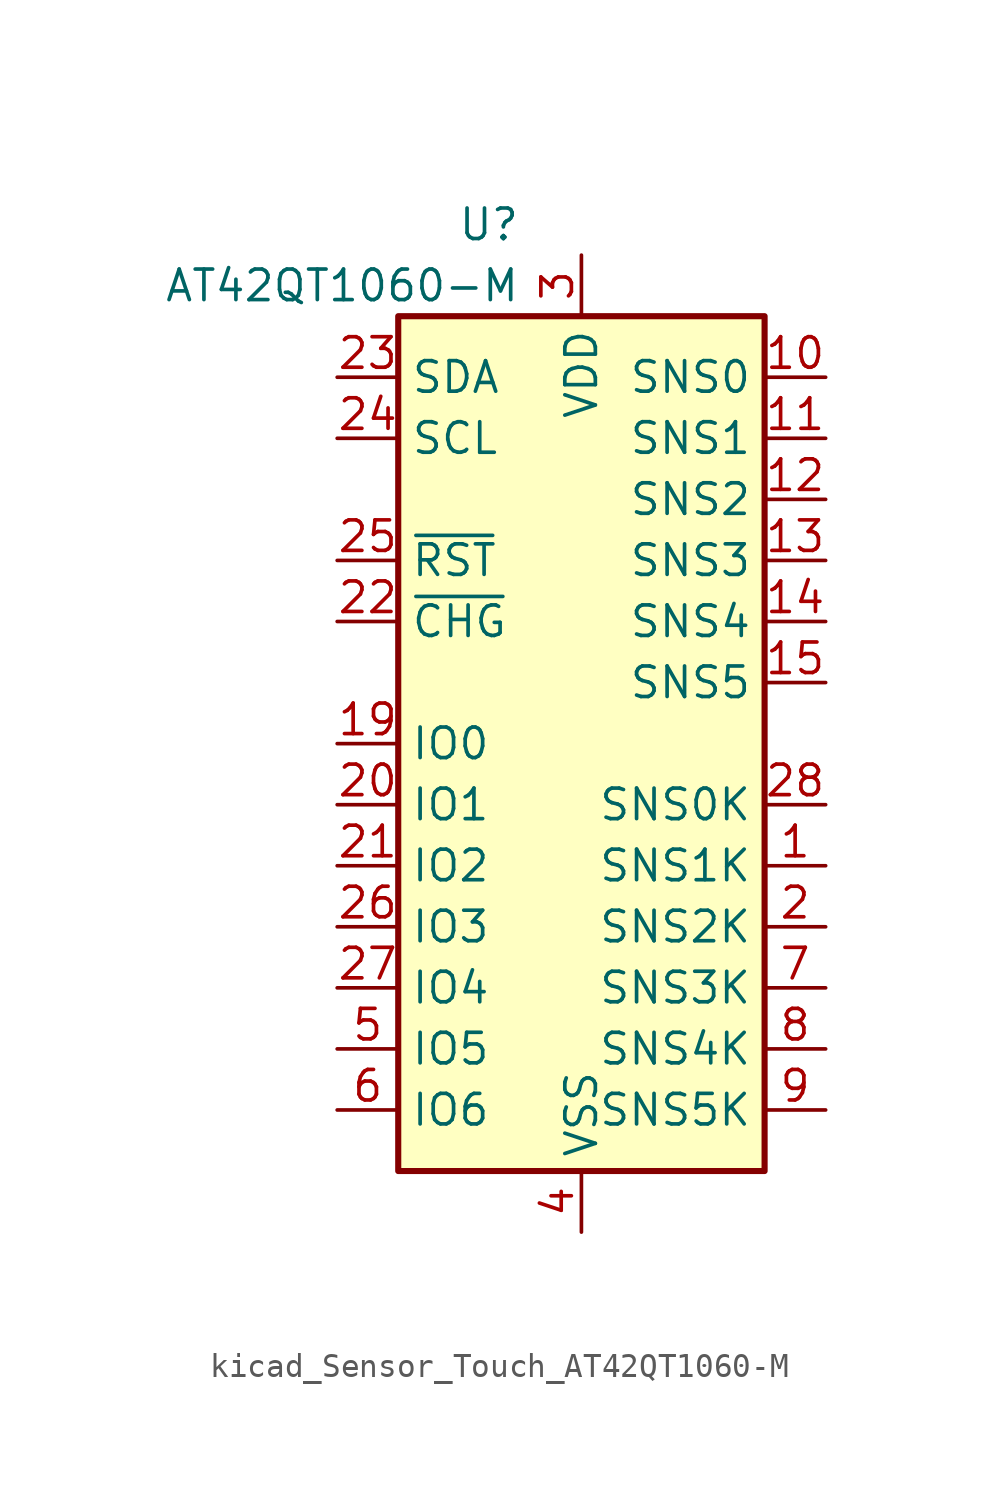
<source format=kicad_sym>
(kicad_symbol_lib
  (version 20220914)
  (generator kicad_symbol_editor)
  (symbol "kicad_Sensor_Touch_AT42QT1060-M"
    (property "Reference" "U"
      (at -2.54 21.59 0)
      (effects (font (size 1.27 1.27)) (justify right)))
    (property "Value" "AT42QT1060-M"
      (at -2.54 19.05 0)
      (effects (font (size 1.27 1.27)) (justify right)))
    (symbol "kicad_Sensor_Touch_AT42QT1060-M_0_1"
      (rectangle (start 7.62 17.78) (end -7.62 -17.78) (stroke (width 0.254) (type default)) (fill (type background))))
    (symbol "kicad_Sensor_Touch_AT42QT1060-M_1_1"
      (pin passive line (at 10.16 -5.08 180) (length 2.54) (name "SNS1K" (effects (font (size 1.27 1.27)))) (number "1" (effects (font (size 1.27 1.27)))))
      (pin passive line (at 10.16 15.24 180) (length 2.54) (name "SNS0" (effects (font (size 1.27 1.27)))) (number "10" (effects (font (size 1.27 1.27)))))
      (pin passive line (at 10.16 12.7 180) (length 2.54) (name "SNS1" (effects (font (size 1.27 1.27)))) (number "11" (effects (font (size 1.27 1.27)))))
      (pin passive line (at 10.16 10.16 180) (length 2.54) (name "SNS2" (effects (font (size 1.27 1.27)))) (number "12" (effects (font (size 1.27 1.27)))))
      (pin passive line (at 10.16 7.62 180) (length 2.54) (name "SNS3" (effects (font (size 1.27 1.27)))) (number "13" (effects (font (size 1.27 1.27)))))
      (pin passive line (at 10.16 5.08 180) (length 2.54) (name "SNS4" (effects (font (size 1.27 1.27)))) (number "14" (effects (font (size 1.27 1.27)))))
      (pin passive line (at 10.16 2.54 180) (length 2.54) (name "SNS5" (effects (font (size 1.27 1.27)))) (number "15" (effects (font (size 1.27 1.27)))))
      (pin passive line (at 0 20.32 270) (length 2.54) hide (name "VDD" (effects (font (size 1.27 1.27)))) (number "16" (effects (font (size 1.27 1.27)))))
      (pin passive line (at 0 20.32 270) (length 2.54) hide (name "VDD" (effects (font (size 1.27 1.27)))) (number "17" (effects (font (size 1.27 1.27)))))
      (pin passive line (at 0 -20.32 90) (length 2.54) hide (name "VSS" (effects (font (size 1.27 1.27)))) (number "18" (effects (font (size 1.27 1.27)))))
      (pin bidirectional line (at -10.16 0 0) (length 2.54) (name "IO0" (effects (font (size 1.27 1.27)))) (number "19" (effects (font (size 1.27 1.27)))))
      (pin passive line (at 10.16 -7.62 180) (length 2.54) (name "SNS2K" (effects (font (size 1.27 1.27)))) (number "2" (effects (font (size 1.27 1.27)))))
      (pin bidirectional line (at -10.16 -2.54 0) (length 2.54) (name "IO1" (effects (font (size 1.27 1.27)))) (number "20" (effects (font (size 1.27 1.27)))))
      (pin bidirectional line (at -10.16 -5.08 0) (length 2.54) (name "IO2" (effects (font (size 1.27 1.27)))) (number "21" (effects (font (size 1.27 1.27)))))
      (pin open_collector line (at -10.16 5.08 0) (length 2.54) (name "~{CHG}" (effects (font (size 1.27 1.27)))) (number "22" (effects (font (size 1.27 1.27)))))
      (pin bidirectional line (at -10.16 15.24 0) (length 2.54) (name "SDA" (effects (font (size 1.27 1.27)))) (number "23" (effects (font (size 1.27 1.27)))))
      (pin input line (at -10.16 12.7 0) (length 2.54) (name "SCL" (effects (font (size 1.27 1.27)))) (number "24" (effects (font (size 1.27 1.27)))))
      (pin input line (at -10.16 7.62 0) (length 2.54) (name "~{RST}" (effects (font (size 1.27 1.27)))) (number "25" (effects (font (size 1.27 1.27)))))
      (pin bidirectional line (at -10.16 -7.62 0) (length 2.54) (name "IO3" (effects (font (size 1.27 1.27)))) (number "26" (effects (font (size 1.27 1.27)))))
      (pin bidirectional line (at -10.16 -10.16 0) (length 2.54) (name "IO4" (effects (font (size 1.27 1.27)))) (number "27" (effects (font (size 1.27 1.27)))))
      (pin passive line (at 10.16 -2.54 180) (length 2.54) (name "SNS0K" (effects (font (size 1.27 1.27)))) (number "28" (effects (font (size 1.27 1.27)))))
      (pin passive line (at 0 -20.32 90) (length 2.54) hide (name "VSS" (effects (font (size 1.27 1.27)))) (number "29" (effects (font (size 1.27 1.27)))))
      (pin power_in line (at 0 20.32 270) (length 2.54) (name "VDD" (effects (font (size 1.27 1.27)))) (number "3" (effects (font (size 1.27 1.27)))))
      (pin power_in line (at 0 -20.32 90) (length 2.54) (name "VSS" (effects (font (size 1.27 1.27)))) (number "4" (effects (font (size 1.27 1.27)))))
      (pin bidirectional line (at -10.16 -12.7 0) (length 2.54) (name "IO5" (effects (font (size 1.27 1.27)))) (number "5" (effects (font (size 1.27 1.27)))))
      (pin bidirectional line (at -10.16 -15.24 0) (length 2.54) (name "IO6" (effects (font (size 1.27 1.27)))) (number "6" (effects (font (size 1.27 1.27)))))
      (pin passive line (at 10.16 -10.16 180) (length 2.54) (name "SNS3K" (effects (font (size 1.27 1.27)))) (number "7" (effects (font (size 1.27 1.27)))))
      (pin passive line (at 10.16 -12.7 180) (length 2.54) (name "SNS4K" (effects (font (size 1.27 1.27)))) (number "8" (effects (font (size 1.27 1.27)))))
      (pin passive line (at 10.16 -15.24 180) (length 2.54) (name "SNS5K" (effects (font (size 1.27 1.27)))) (number "9" (effects (font (size 1.27 1.27))))))))
</source>
